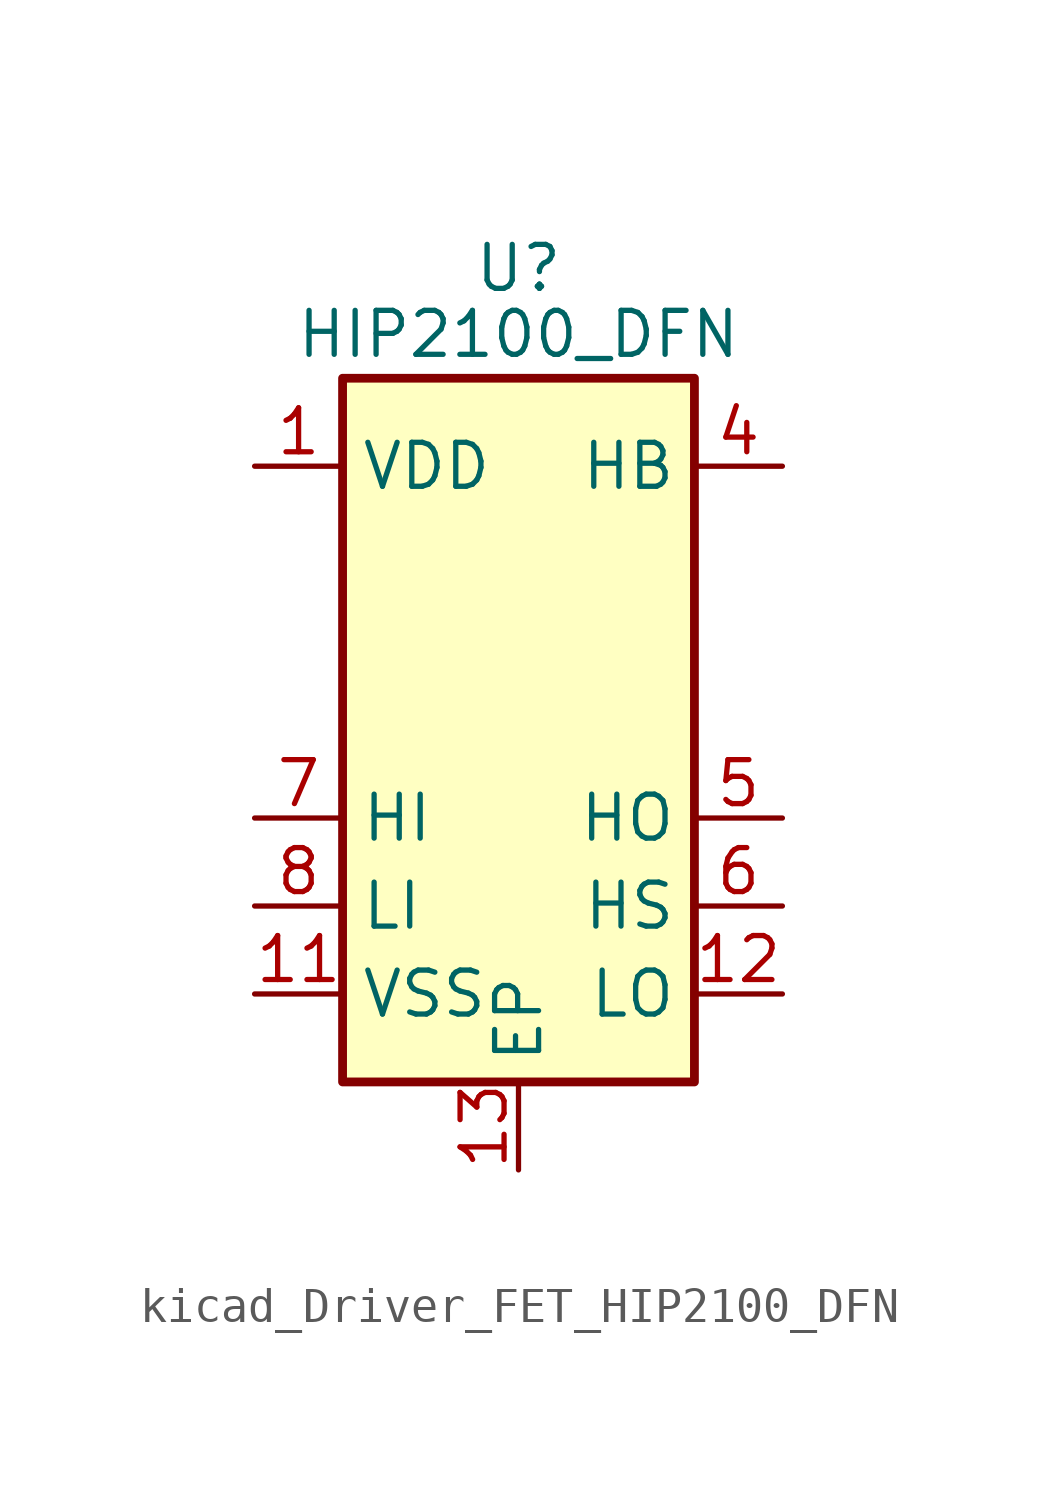
<source format=kicad_sym>
(kicad_symbol_lib
  (version 20220914)
  (generator kicad_symbol_editor)
  (symbol "kicad_Driver_FET_HIP2100_DFN"
    (property "Reference" "U"
      (at 0 13.335 0)
      (effects (font (size 1.27 1.27))))
    (property "Value" "HIP2100_DFN"
      (at 0 11.43 0)
      (effects (font (size 1.27 1.27))))
    (symbol "kicad_Driver_FET_HIP2100_DFN_0_1"
      (rectangle (start -5.08 -10.16) (end 5.08 10.16) (stroke (width 0.254) (type default)) (fill (type background))))
    (symbol "kicad_Driver_FET_HIP2100_DFN_1_1"
      (pin power_in line (at -7.62 7.62 0) (length 2.54) (name "VDD" (effects (font (size 1.27 1.27)))) (number "1" (effects (font (size 1.27 1.27)))))
      (pin no_connect line (at 5.08 2.54 180) (length 2.54) hide (name "NC" (effects (font (size 1.27 1.27)))) (number "10" (effects (font (size 1.27 1.27)))))
      (pin power_in line (at -7.62 -7.62 0) (length 2.54) (name "VSS" (effects (font (size 1.27 1.27)))) (number "11" (effects (font (size 1.27 1.27)))))
      (pin output line (at 7.62 -7.62 180) (length 2.54) (name "LO" (effects (font (size 1.27 1.27)))) (number "12" (effects (font (size 1.27 1.27)))))
      (pin output line (at 0 -12.7 90) (length 2.54) (name "EP" (effects (font (size 1.27 1.27)))) (number "13" (effects (font (size 1.27 1.27)))))
      (pin no_connect line (at -5.08 5.08 0) (length 2.54) hide (name "NC" (effects (font (size 1.27 1.27)))) (number "2" (effects (font (size 1.27 1.27)))))
      (pin no_connect line (at -5.08 2.54 0) (length 2.54) hide (name "NC" (effects (font (size 1.27 1.27)))) (number "3" (effects (font (size 1.27 1.27)))))
      (pin passive line (at 7.62 7.62 180) (length 2.54) (name "HB" (effects (font (size 1.27 1.27)))) (number "4" (effects (font (size 1.27 1.27)))))
      (pin output line (at 7.62 -2.54 180) (length 2.54) (name "HO" (effects (font (size 1.27 1.27)))) (number "5" (effects (font (size 1.27 1.27)))))
      (pin passive line (at 7.62 -5.08 180) (length 2.54) (name "HS" (effects (font (size 1.27 1.27)))) (number "6" (effects (font (size 1.27 1.27)))))
      (pin input line (at -7.62 -2.54 0) (length 2.54) (name "HI" (effects (font (size 1.27 1.27)))) (number "7" (effects (font (size 1.27 1.27)))))
      (pin input line (at -7.62 -5.08 0) (length 2.54) (name "LI" (effects (font (size 1.27 1.27)))) (number "8" (effects (font (size 1.27 1.27)))))
      (pin no_connect line (at 5.08 5.08 180) (length 2.54) hide (name "NC" (effects (font (size 1.27 1.27)))) (number "9" (effects (font (size 1.27 1.27))))))))
</source>
